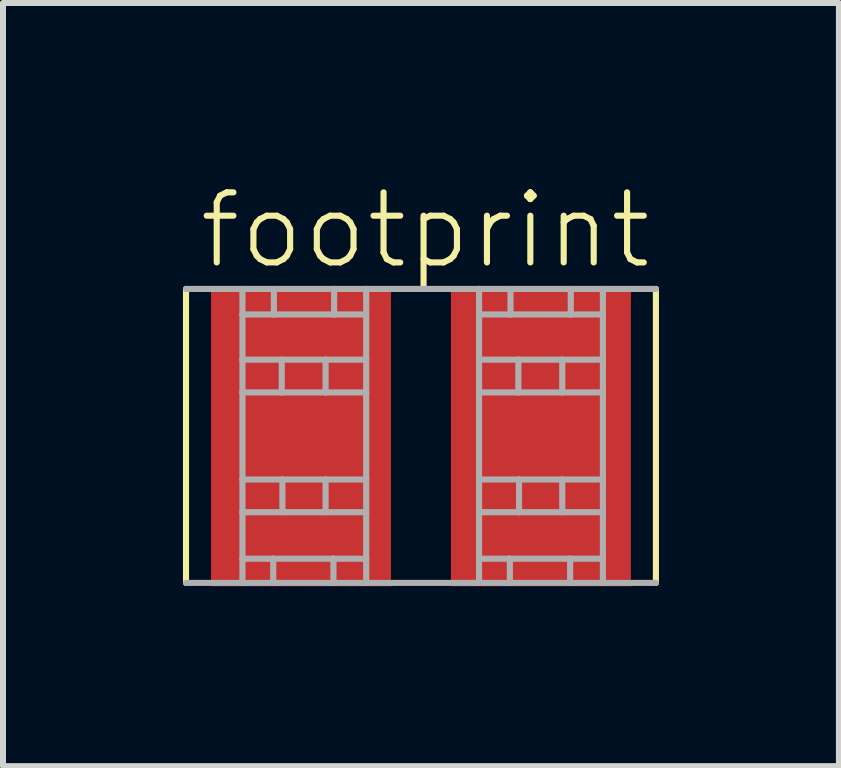
<source format=kicad_pcb>
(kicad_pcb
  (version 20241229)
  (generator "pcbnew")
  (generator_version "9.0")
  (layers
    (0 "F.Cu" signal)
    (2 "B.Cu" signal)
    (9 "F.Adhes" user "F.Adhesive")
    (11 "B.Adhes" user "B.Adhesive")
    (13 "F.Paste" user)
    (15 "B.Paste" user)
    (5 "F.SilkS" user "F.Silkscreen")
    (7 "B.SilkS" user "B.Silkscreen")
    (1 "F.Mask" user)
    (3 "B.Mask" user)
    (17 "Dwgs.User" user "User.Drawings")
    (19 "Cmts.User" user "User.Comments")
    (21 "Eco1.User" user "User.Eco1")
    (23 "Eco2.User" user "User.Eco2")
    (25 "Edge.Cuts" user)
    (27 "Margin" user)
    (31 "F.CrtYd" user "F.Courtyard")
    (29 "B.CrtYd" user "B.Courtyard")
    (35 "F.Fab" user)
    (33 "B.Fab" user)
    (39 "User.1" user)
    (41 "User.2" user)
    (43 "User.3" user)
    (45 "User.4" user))
  (footprint "footprint"
    (layer "F.Cu")
    (at 3.968 4.223)
    (property "Reference" "footprint" (at -3.75 -2.75 0) (layer "F.SilkS") (effects (font (size 1.168 1.168) (thickness 0.102)) (justify left bottom)))
    (fp_line (start -3.917 2.445) (end -3.917 -2.456) (stroke (width 0.102) (type solid)) (layer "F.SilkS"))
    (fp_line (start 3.917 -2.456) (end 3.917 2.445) (stroke (width 0.102) (type solid)) (layer "F.SilkS"))
    (fp_line (start -3.917 -2.456) (end -2.976 -2.456) (stroke (width 0.102) (type solid)) (layer "F.Fab"))
    (fp_line (start -2.976 -2.456) (end -1.448 -2.456) (stroke (width 0.102) (type solid)) (layer "F.Fab"))
    (fp_line (start -2.976 -2.03) (end -2.976 -2.456) (stroke (width 0.102) (type solid)) (layer "F.Fab"))
    (fp_line (start -2.976 -1.277) (end -2.976 -2.03) (stroke (width 0.102) (type solid)) (layer "F.Fab"))
    (fp_line (start -2.976 -0.731) (end -2.976 -1.277) (stroke (width 0.102) (type solid)) (layer "F.Fab"))
    (fp_line (start -2.976 -0.731) (end -2.321 -0.731) (stroke (width 0.102) (type solid)) (layer "F.Fab"))
    (fp_line (start -2.976 0.721) (end -2.976 -0.731) (stroke (width 0.102) (type solid)) (layer "F.Fab"))
    (fp_line (start -2.976 1.266) (end -2.976 0.721) (stroke (width 0.102) (type solid)) (layer "F.Fab"))
    (fp_line (start -2.976 1.266) (end -2.31 1.266) (stroke (width 0.102) (type solid)) (layer "F.Fab"))
    (fp_line (start -2.976 2.042) (end -2.976 1.266) (stroke (width 0.102) (type solid)) (layer "F.Fab"))
    (fp_line (start -2.976 2.042) (end -2.474 2.042) (stroke (width 0.102) (type solid)) (layer "F.Fab"))
    (fp_line (start -2.976 2.445) (end -3.917 2.445) (stroke (width 0.102) (type solid)) (layer "F.Fab"))
    (fp_line (start -2.976 2.445) (end -2.976 2.042) (stroke (width 0.102) (type solid)) (layer "F.Fab"))
    (fp_line (start -2.474 2.042) (end -2.463 2.042) (stroke (width 0.102) (type solid)) (layer "F.Fab"))
    (fp_line (start -2.474 2.042) (end -1.47 2.042) (stroke (width 0.102) (type solid)) (layer "F.Fab"))
    (fp_line (start -2.463 2.042) (end -2.463 2.445) (stroke (width 0.102) (type solid)) (layer "F.Fab"))
    (fp_line (start -2.452 -2.03) (end -2.976 -2.03) (stroke (width 0.102) (type solid)) (layer "F.Fab"))
    (fp_line (start -2.452 -2.03) (end -2.452 -2.456) (stroke (width 0.102) (type solid)) (layer "F.Fab"))
    (fp_line (start -2.321 -1.277) (end -2.976 -1.277) (stroke (width 0.102) (type solid)) (layer "F.Fab"))
    (fp_line (start -2.321 -0.731) (end -2.321 -1.277) (stroke (width 0.102) (type solid)) (layer "F.Fab"))
    (fp_line (start -2.321 -0.731) (end -1.59 -0.731) (stroke (width 0.102) (type solid)) (layer "F.Fab"))
    (fp_line (start -2.31 0.721) (end -2.976 0.721) (stroke (width 0.102) (type solid)) (layer "F.Fab"))
    (fp_line (start -2.31 1.266) (end -2.31 0.721) (stroke (width 0.102) (type solid)) (layer "F.Fab"))
    (fp_line (start -2.31 1.266) (end -1.59 1.266) (stroke (width 0.102) (type solid)) (layer "F.Fab"))
    (fp_line (start -1.59 -1.277) (end -2.321 -1.277) (stroke (width 0.102) (type solid)) (layer "F.Fab"))
    (fp_line (start -1.59 -0.731) (end -1.59 -1.277) (stroke (width 0.102) (type solid)) (layer "F.Fab"))
    (fp_line (start -1.59 -0.731) (end -0.913 -0.731) (stroke (width 0.102) (type solid)) (layer "F.Fab"))
    (fp_line (start -1.59 0.721) (end -2.31 0.721) (stroke (width 0.102) (type solid)) (layer "F.Fab"))
    (fp_line (start -1.59 1.266) (end -1.59 0.721) (stroke (width 0.102) (type solid)) (layer "F.Fab"))
    (fp_line (start -1.59 1.266) (end -0.913 1.266) (stroke (width 0.102) (type solid)) (layer "F.Fab"))
    (fp_line (start -1.47 2.042) (end -1.459 2.042) (stroke (width 0.102) (type solid)) (layer "F.Fab"))
    (fp_line (start -1.47 2.042) (end -0.913 2.042) (stroke (width 0.102) (type solid)) (layer "F.Fab"))
    (fp_line (start -1.459 2.042) (end -1.459 2.445) (stroke (width 0.102) (type solid)) (layer "F.Fab"))
    (fp_line (start -1.448 -2.456) (end -0.913 -2.456) (stroke (width 0.102) (type solid)) (layer "F.Fab"))
    (fp_line (start -1.448 -2.03) (end -2.452 -2.03) (stroke (width 0.102) (type solid)) (layer "F.Fab"))
    (fp_line (start -1.448 -2.03) (end -1.448 -2.456) (stroke (width 0.102) (type solid)) (layer "F.Fab"))
    (fp_line (start -0.913 -2.456) (end 0.969 -2.456) (stroke (width 0.102) (type solid)) (layer "F.Fab"))
    (fp_line (start -0.913 -2.03) (end -1.448 -2.03) (stroke (width 0.102) (type solid)) (layer "F.Fab"))
    (fp_line (start -0.913 -2.03) (end -0.913 -2.456) (stroke (width 0.102) (type solid)) (layer "F.Fab"))
    (fp_line (start -0.913 -1.277) (end -1.59 -1.277) (stroke (width 0.102) (type solid)) (layer "F.Fab"))
    (fp_line (start -0.913 -1.277) (end -0.913 -2.03) (stroke (width 0.102) (type solid)) (layer "F.Fab"))
    (fp_line (start -0.913 -0.731) (end -0.913 -1.277) (stroke (width 0.102) (type solid)) (layer "F.Fab"))
    (fp_line (start -0.913 0.721) (end -1.59 0.721) (stroke (width 0.102) (type solid)) (layer "F.Fab"))
    (fp_line (start -0.913 0.721) (end -0.913 -0.731) (stroke (width 0.102) (type solid)) (layer "F.Fab"))
    (fp_line (start -0.913 1.266) (end -0.913 0.721) (stroke (width 0.102) (type solid)) (layer "F.Fab"))
    (fp_line (start -0.913 2.042) (end -0.913 1.266) (stroke (width 0.102) (type solid)) (layer "F.Fab"))
    (fp_line (start -0.913 2.445) (end -2.976 2.445) (stroke (width 0.102) (type solid)) (layer "F.Fab"))
    (fp_line (start -0.913 2.445) (end -0.913 2.042) (stroke (width 0.102) (type solid)) (layer "F.Fab"))
    (fp_line (start 0.969 -2.456) (end 3.033 -2.456) (stroke (width 0.102) (type solid)) (layer "F.Fab"))
    (fp_line (start 0.969 -2.03) (end 0.969 -2.456) (stroke (width 0.102) (type solid)) (layer "F.Fab"))
    (fp_line (start 0.969 -1.277) (end 0.969 -2.03) (stroke (width 0.102) (type solid)) (layer "F.Fab"))
    (fp_line (start 0.969 -0.731) (end 0.969 -1.277) (stroke (width 0.102) (type solid)) (layer "F.Fab"))
    (fp_line (start 0.969 -0.731) (end 1.624 -0.731) (stroke (width 0.102) (type solid)) (layer "F.Fab"))
    (fp_line (start 0.969 0.721) (end 0.969 -0.731) (stroke (width 0.102) (type solid)) (layer "F.Fab"))
    (fp_line (start 0.969 1.266) (end 0.969 0.721) (stroke (width 0.102) (type solid)) (layer "F.Fab"))
    (fp_line (start 0.969 1.266) (end 1.635 1.266) (stroke (width 0.102) (type solid)) (layer "F.Fab"))
    (fp_line (start 0.969 2.042) (end 0.969 1.266) (stroke (width 0.102) (type solid)) (layer "F.Fab"))
    (fp_line (start 0.969 2.042) (end 1.472 2.042) (stroke (width 0.102) (type solid)) (layer "F.Fab"))
    (fp_line (start 0.969 2.445) (end -0.913 2.445) (stroke (width 0.102) (type solid)) (layer "F.Fab"))
    (fp_line (start 0.969 2.445) (end 0.969 2.042) (stroke (width 0.102) (type solid)) (layer "F.Fab"))
    (fp_line (start 1.472 2.042) (end 1.482 2.042) (stroke (width 0.102) (type solid)) (layer "F.Fab"))
    (fp_line (start 1.472 2.042) (end 2.476 2.042) (stroke (width 0.102) (type solid)) (layer "F.Fab"))
    (fp_line (start 1.482 2.042) (end 1.482 2.445) (stroke (width 0.102) (type solid)) (layer "F.Fab"))
    (fp_line (start 1.493 -2.03) (end 0.969 -2.03) (stroke (width 0.102) (type solid)) (layer "F.Fab"))
    (fp_line (start 1.493 -2.03) (end 1.493 -2.456) (stroke (width 0.102) (type solid)) (layer "F.Fab"))
    (fp_line (start 1.624 -1.277) (end 0.969 -1.277) (stroke (width 0.102) (type solid)) (layer "F.Fab"))
    (fp_line (start 1.624 -0.731) (end 1.624 -1.277) (stroke (width 0.102) (type solid)) (layer "F.Fab"))
    (fp_line (start 1.624 -0.731) (end 2.356 -0.731) (stroke (width 0.102) (type solid)) (layer "F.Fab"))
    (fp_line (start 1.635 0.721) (end 0.969 0.721) (stroke (width 0.102) (type solid)) (layer "F.Fab"))
    (fp_line (start 1.635 1.266) (end 1.635 0.721) (stroke (width 0.102) (type solid)) (layer "F.Fab"))
    (fp_line (start 1.635 1.266) (end 2.356 1.266) (stroke (width 0.102) (type solid)) (layer "F.Fab"))
    (fp_line (start 2.356 -1.277) (end 1.624 -1.277) (stroke (width 0.102) (type solid)) (layer "F.Fab"))
    (fp_line (start 2.356 -0.731) (end 2.356 -1.277) (stroke (width 0.102) (type solid)) (layer "F.Fab"))
    (fp_line (start 2.356 -0.731) (end 3.033 -0.731) (stroke (width 0.102) (type solid)) (layer "F.Fab"))
    (fp_line (start 2.356 0.721) (end 1.635 0.721) (stroke (width 0.102) (type solid)) (layer "F.Fab"))
    (fp_line (start 2.356 1.266) (end 2.356 0.721) (stroke (width 0.102) (type solid)) (layer "F.Fab"))
    (fp_line (start 2.356 1.266) (end 3.033 1.266) (stroke (width 0.102) (type solid)) (layer "F.Fab"))
    (fp_line (start 2.476 2.042) (end 2.487 2.042) (stroke (width 0.102) (type solid)) (layer "F.Fab"))
    (fp_line (start 2.476 2.042) (end 3.033 2.042) (stroke (width 0.102) (type solid)) (layer "F.Fab"))
    (fp_line (start 2.487 2.042) (end 2.487 2.445) (stroke (width 0.102) (type solid)) (layer "F.Fab"))
    (fp_line (start 2.498 -2.03) (end 1.493 -2.03) (stroke (width 0.102) (type solid)) (layer "F.Fab"))
    (fp_line (start 2.498 -2.03) (end 2.498 -2.456) (stroke (width 0.102) (type solid)) (layer "F.Fab"))
    (fp_line (start 3.033 -2.456) (end 3.917 -2.456) (stroke (width 0.102) (type solid)) (layer "F.Fab"))
    (fp_line (start 3.033 -2.03) (end 2.498 -2.03) (stroke (width 0.102) (type solid)) (layer "F.Fab"))
    (fp_line (start 3.033 -2.03) (end 3.033 -2.456) (stroke (width 0.102) (type solid)) (layer "F.Fab"))
    (fp_line (start 3.033 -1.277) (end 2.356 -1.277) (stroke (width 0.102) (type solid)) (layer "F.Fab"))
    (fp_line (start 3.033 -1.277) (end 3.033 -2.03) (stroke (width 0.102) (type solid)) (layer "F.Fab"))
    (fp_line (start 3.033 -0.731) (end 3.033 -1.277) (stroke (width 0.102) (type solid)) (layer "F.Fab"))
    (fp_line (start 3.033 0.721) (end 2.356 0.721) (stroke (width 0.102) (type solid)) (layer "F.Fab"))
    (fp_line (start 3.033 0.721) (end 3.033 -0.731) (stroke (width 0.102) (type solid)) (layer "F.Fab"))
    (fp_line (start 3.033 1.266) (end 3.033 0.721) (stroke (width 0.102) (type solid)) (layer "F.Fab"))
    (fp_line (start 3.033 2.042) (end 3.033 1.266) (stroke (width 0.102) (type solid)) (layer "F.Fab"))
    (fp_line (start 3.033 2.445) (end 0.969 2.445) (stroke (width 0.102) (type solid)) (layer "F.Fab"))
    (fp_line (start 3.033 2.445) (end 3.033 2.042) (stroke (width 0.102) (type solid)) (layer "F.Fab"))
    (fp_line (start 3.917 2.445) (end 3.033 2.445) (stroke (width 0.102) (type solid)) (layer "F.Fab"))
    (pad "1" smd rect (at -2 0) (size 3 5) (layers "F.Cu" "F.Mask" "F.Paste"))
    (pad "2" smd rect (at 2 0) (size 3 5) (layers "F.Cu" "F.Mask" "F.Paste")))
  (gr_rect
    (start -3 -3)
    (end 10.936 9.723)
    (stroke (width 0.1) (type default))
    (fill no)
    (layer "Edge.Cuts")))
</source>
